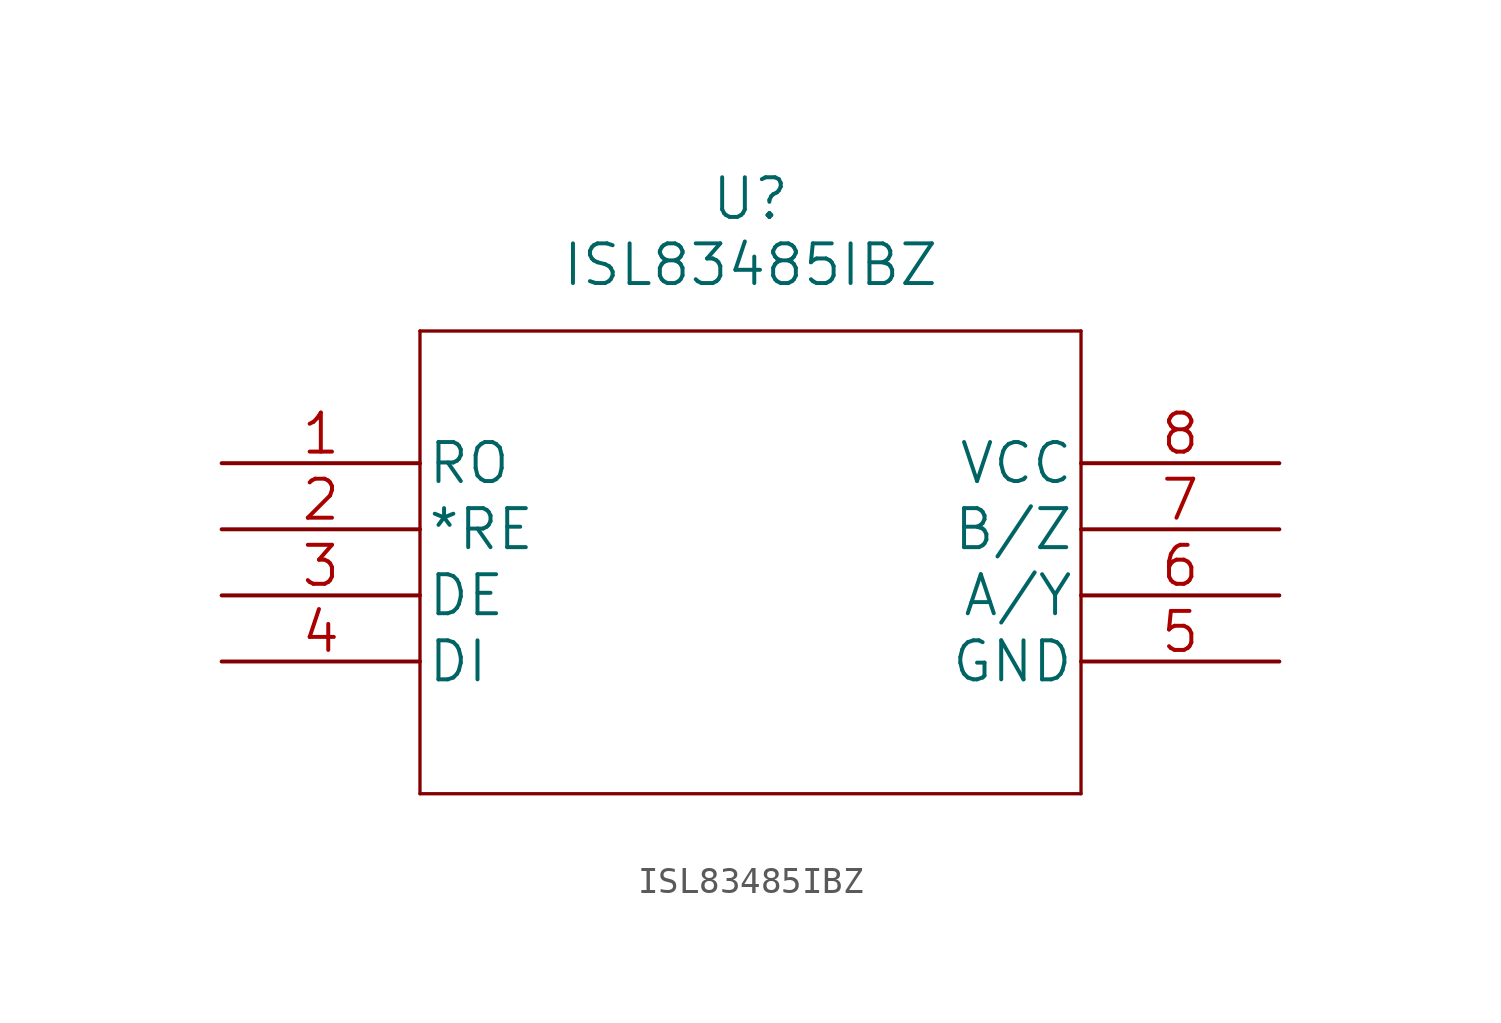
<source format=kicad_sym>
(kicad_symbol_lib
  (version 20220914)
  (generator kicad_symbol_editor)
  (symbol "ISL83485IBZ"
    (pin_names
      (offset 0.254))
    (property "Reference" "U"
      (at 20.32 10.16 0)
      (effects (font (size 1.524 1.524))))
    (property "Value" "ISL83485IBZ"
      (at 20.32 7.62 0)
      (effects (font (size 1.524 1.524))))
    (symbol "ISL83485IBZ_1_1"
      (polyline (pts (xy 7.62 -12.7) (xy 33.02 -12.7)) (stroke (width 0.127) (type default)) (fill (type none)))
      (polyline (pts (xy 7.62 5.08) (xy 7.62 -12.7)) (stroke (width 0.127) (type default)) (fill (type none)))
      (polyline (pts (xy 33.02 -12.7) (xy 33.02 5.08)) (stroke (width 0.127) (type default)) (fill (type none)))
      (polyline (pts (xy 33.02 5.08) (xy 7.62 5.08)) (stroke (width 0.127) (type default)) (fill (type none)))
      (pin output line (at 0 0 0) (length 7.62) (name "RO" (effects (font (size 1.499 1.499)))) (number "1" (effects (font (size 1.499 1.499)))))
      (pin output line (at 0 -2.54 0) (length 7.62) (name "*RE" (effects (font (size 1.499 1.499)))) (number "2" (effects (font (size 1.499 1.499)))))
      (pin passive line (at 0 -5.08 0) (length 7.62) (name "DE" (effects (font (size 1.499 1.499)))) (number "3" (effects (font (size 1.499 1.499)))))
      (pin input line (at 0 -7.62 0) (length 7.62) (name "DI" (effects (font (size 1.499 1.499)))) (number "4" (effects (font (size 1.499 1.499)))))
      (pin passive line (at 40.64 -7.62 180) (length 7.62) (name "GND" (effects (font (size 1.499 1.499)))) (number "5" (effects (font (size 1.499 1.499)))))
      (pin bidirectional line (at 40.64 -5.08 180) (length 7.62) (name "A/Y" (effects (font (size 1.499 1.499)))) (number "6" (effects (font (size 1.499 1.499)))))
      (pin bidirectional line (at 40.64 -2.54 180) (length 7.62) (name "B/Z" (effects (font (size 1.499 1.499)))) (number "7" (effects (font (size 1.499 1.499)))))
      (pin power_in line (at 40.64 0 180) (length 7.62) (name "VCC" (effects (font (size 1.499 1.499)))) (number "8" (effects (font (size 1.499 1.499))))))))
</source>
